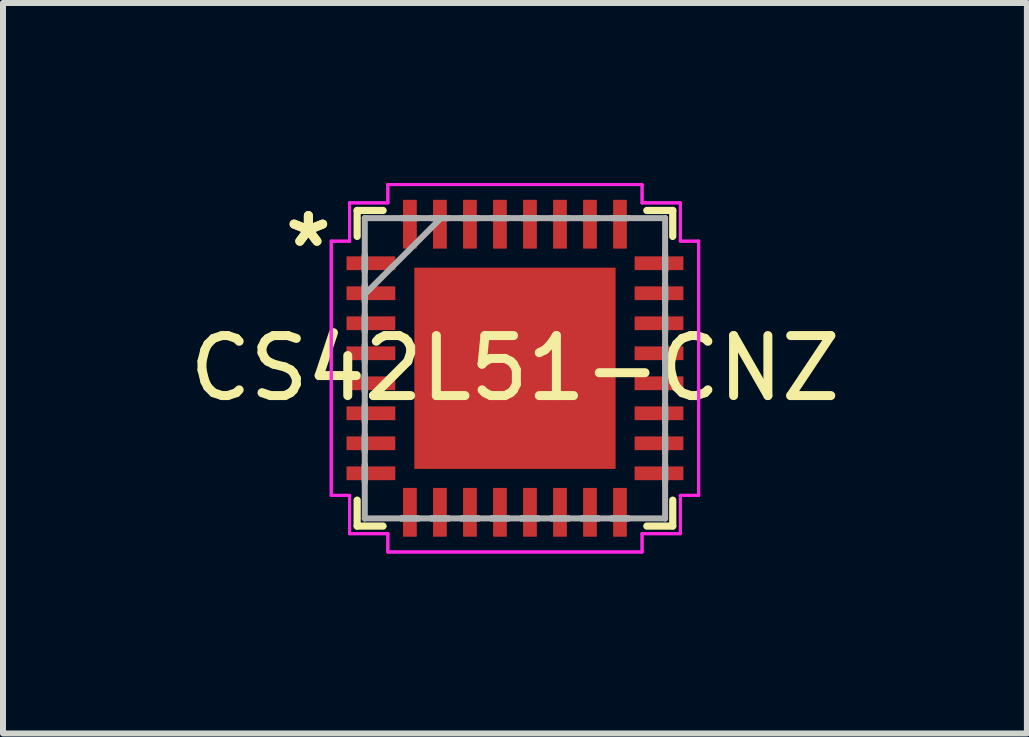
<source format=kicad_pcb>
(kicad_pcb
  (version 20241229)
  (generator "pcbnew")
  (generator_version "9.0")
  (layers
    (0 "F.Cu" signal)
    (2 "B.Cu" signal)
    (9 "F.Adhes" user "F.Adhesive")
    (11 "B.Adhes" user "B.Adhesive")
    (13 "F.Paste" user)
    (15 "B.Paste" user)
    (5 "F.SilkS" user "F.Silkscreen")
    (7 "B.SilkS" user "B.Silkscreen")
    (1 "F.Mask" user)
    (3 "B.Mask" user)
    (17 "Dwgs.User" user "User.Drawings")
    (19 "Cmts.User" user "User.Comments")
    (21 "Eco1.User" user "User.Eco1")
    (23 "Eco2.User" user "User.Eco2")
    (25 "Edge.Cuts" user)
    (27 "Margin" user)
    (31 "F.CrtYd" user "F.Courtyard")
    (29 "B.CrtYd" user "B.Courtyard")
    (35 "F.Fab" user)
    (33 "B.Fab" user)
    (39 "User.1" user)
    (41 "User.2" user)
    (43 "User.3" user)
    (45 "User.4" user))
  (footprint "CS42L51-CNZ"
    (layer "F.Cu")
    (at 5.53 3.086)
    (property "Reference" "CS42L51-CNZ" (at 0 0 0) (layer "F.SilkS") (effects (font (size 1 1) (thickness 0.15))))
    (attr through_hole)
    (fp_line (start -2.629 -2.629) (end -2.629 -2.197) (stroke (width 0.12) (type solid)) (layer "F.SilkS"))
    (fp_line (start -2.629 2.197) (end -2.629 2.629) (stroke (width 0.12) (type solid)) (layer "F.SilkS"))
    (fp_line (start -2.629 2.629) (end -2.197 2.629) (stroke (width 0.12) (type solid)) (layer "F.SilkS"))
    (fp_line (start -2.197 -2.629) (end -2.629 -2.629) (stroke (width 0.12) (type solid)) (layer "F.SilkS"))
    (fp_line (start 2.197 2.629) (end 2.629 2.629) (stroke (width 0.12) (type solid)) (layer "F.SilkS"))
    (fp_line (start 2.629 -2.629) (end 2.197 -2.629) (stroke (width 0.12) (type solid)) (layer "F.SilkS"))
    (fp_line (start 2.629 -2.197) (end 2.629 -2.629) (stroke (width 0.12) (type solid)) (layer "F.SilkS"))
    (fp_line (start 2.629 2.629) (end 2.629 2.197) (stroke (width 0.12) (type solid)) (layer "F.SilkS"))
    (fp_poly (pts (xy -1.576 -1.576) (xy -1.576 -0.1) (xy -0.1 -0.1) (xy -0.1 -1.576)) (stroke (width 0.1) (type solid)) (fill yes) (layer "F.Paste"))
    (fp_poly (pts (xy -1.576 0.1) (xy -1.576 1.576) (xy -0.1 1.576) (xy -0.1 0.1)) (stroke (width 0.1) (type solid)) (fill yes) (layer "F.Paste"))
    (fp_poly (pts (xy 0.1 -1.576) (xy 0.1 -0.1) (xy 1.576 -0.1) (xy 1.576 -1.576)) (stroke (width 0.1) (type solid)) (fill yes) (layer "F.Paste"))
    (fp_poly (pts (xy 0.1 0.1) (xy 0.1 1.576) (xy 1.576 1.576) (xy 1.576 0.1)) (stroke (width 0.1) (type solid)) (fill yes) (layer "F.Paste"))
    (fp_line (start -3.061 -2.118) (end -2.756 -2.118) (stroke (width 0.05) (type solid)) (layer "F.CrtYd"))
    (fp_line (start -3.061 -2.118) (end -2.756 -2.118) (stroke (width 0.05) (type solid)) (layer "F.CrtYd"))
    (fp_line (start -3.061 2.118) (end -3.061 -2.118) (stroke (width 0.05) (type solid)) (layer "F.CrtYd"))
    (fp_line (start -3.061 2.118) (end -3.061 -2.118) (stroke (width 0.05) (type solid)) (layer "F.CrtYd"))
    (fp_line (start -2.756 -2.756) (end -2.118 -2.756) (stroke (width 0.05) (type solid)) (layer "F.CrtYd"))
    (fp_line (start -2.756 -2.756) (end -2.118 -2.756) (stroke (width 0.05) (type solid)) (layer "F.CrtYd"))
    (fp_line (start -2.756 -2.118) (end -2.756 -2.756) (stroke (width 0.05) (type solid)) (layer "F.CrtYd"))
    (fp_line (start -2.756 -2.118) (end -2.756 -2.756) (stroke (width 0.05) (type solid)) (layer "F.CrtYd"))
    (fp_line (start -2.756 2.118) (end -3.061 2.118) (stroke (width 0.05) (type solid)) (layer "F.CrtYd"))
    (fp_line (start -2.756 2.118) (end -3.061 2.118) (stroke (width 0.05) (type solid)) (layer "F.CrtYd"))
    (fp_line (start -2.756 2.756) (end -2.756 2.118) (stroke (width 0.05) (type solid)) (layer "F.CrtYd"))
    (fp_line (start -2.756 2.756) (end -2.756 2.118) (stroke (width 0.05) (type solid)) (layer "F.CrtYd"))
    (fp_line (start -2.118 -3.061) (end 2.118 -3.061) (stroke (width 0.05) (type solid)) (layer "F.CrtYd"))
    (fp_line (start -2.118 -3.061) (end 2.118 -3.061) (stroke (width 0.05) (type solid)) (layer "F.CrtYd"))
    (fp_line (start -2.118 -2.756) (end -2.118 -3.061) (stroke (width 0.05) (type solid)) (layer "F.CrtYd"))
    (fp_line (start -2.118 -2.756) (end -2.118 -3.061) (stroke (width 0.05) (type solid)) (layer "F.CrtYd"))
    (fp_line (start -2.118 2.756) (end -2.756 2.756) (stroke (width 0.05) (type solid)) (layer "F.CrtYd"))
    (fp_line (start -2.118 2.756) (end -2.756 2.756) (stroke (width 0.05) (type solid)) (layer "F.CrtYd"))
    (fp_line (start -2.118 3.061) (end -2.118 2.756) (stroke (width 0.05) (type solid)) (layer "F.CrtYd"))
    (fp_line (start -2.118 3.061) (end -2.118 2.756) (stroke (width 0.05) (type solid)) (layer "F.CrtYd"))
    (fp_line (start 2.118 -3.061) (end 2.118 -2.756) (stroke (width 0.05) (type solid)) (layer "F.CrtYd"))
    (fp_line (start 2.118 -3.061) (end 2.118 -2.756) (stroke (width 0.05) (type solid)) (layer "F.CrtYd"))
    (fp_line (start 2.118 -2.756) (end 2.756 -2.756) (stroke (width 0.05) (type solid)) (layer "F.CrtYd"))
    (fp_line (start 2.118 -2.756) (end 2.756 -2.756) (stroke (width 0.05) (type solid)) (layer "F.CrtYd"))
    (fp_line (start 2.118 2.756) (end 2.118 3.061) (stroke (width 0.05) (type solid)) (layer "F.CrtYd"))
    (fp_line (start 2.118 2.756) (end 2.118 3.061) (stroke (width 0.05) (type solid)) (layer "F.CrtYd"))
    (fp_line (start 2.118 3.061) (end -2.118 3.061) (stroke (width 0.05) (type solid)) (layer "F.CrtYd"))
    (fp_line (start 2.118 3.061) (end -2.118 3.061) (stroke (width 0.05) (type solid)) (layer "F.CrtYd"))
    (fp_line (start 2.756 -2.756) (end 2.756 -2.118) (stroke (width 0.05) (type solid)) (layer "F.CrtYd"))
    (fp_line (start 2.756 -2.756) (end 2.756 -2.118) (stroke (width 0.05) (type solid)) (layer "F.CrtYd"))
    (fp_line (start 2.756 -2.118) (end 3.061 -2.118) (stroke (width 0.05) (type solid)) (layer "F.CrtYd"))
    (fp_line (start 2.756 -2.118) (end 3.061 -2.118) (stroke (width 0.05) (type solid)) (layer "F.CrtYd"))
    (fp_line (start 2.756 2.118) (end 2.756 2.756) (stroke (width 0.05) (type solid)) (layer "F.CrtYd"))
    (fp_line (start 2.756 2.118) (end 2.756 2.756) (stroke (width 0.05) (type solid)) (layer "F.CrtYd"))
    (fp_line (start 2.756 2.756) (end 2.118 2.756) (stroke (width 0.05) (type solid)) (layer "F.CrtYd"))
    (fp_line (start 2.756 2.756) (end 2.118 2.756) (stroke (width 0.05) (type solid)) (layer "F.CrtYd"))
    (fp_line (start 3.061 -2.118) (end 3.061 2.118) (stroke (width 0.05) (type solid)) (layer "F.CrtYd"))
    (fp_line (start 3.061 -2.118) (end 3.061 2.118) (stroke (width 0.05) (type solid)) (layer "F.CrtYd"))
    (fp_line (start 3.061 2.118) (end 2.756 2.118) (stroke (width 0.05) (type solid)) (layer "F.CrtYd"))
    (fp_line (start 3.061 2.118) (end 2.756 2.118) (stroke (width 0.05) (type solid)) (layer "F.CrtYd"))
    (fp_line (start -2.502 -2.502) (end -2.502 -2.502) (stroke (width 0.1) (type solid)) (layer "F.Fab"))
    (fp_line (start -2.502 -2.502) (end -2.502 2.502) (stroke (width 0.1) (type solid)) (layer "F.Fab"))
    (fp_line (start -2.502 -1.89) (end -2.502 -1.89) (stroke (width 0.1) (type solid)) (layer "F.Fab"))
    (fp_line (start -2.502 -1.89) (end -2.502 -1.61) (stroke (width 0.1) (type solid)) (layer "F.Fab"))
    (fp_line (start -2.502 -1.61) (end -2.502 -1.89) (stroke (width 0.1) (type solid)) (layer "F.Fab"))
    (fp_line (start -2.502 -1.61) (end -2.502 -1.61) (stroke (width 0.1) (type solid)) (layer "F.Fab"))
    (fp_line (start -2.502 -1.39) (end -2.502 -1.39) (stroke (width 0.1) (type solid)) (layer "F.Fab"))
    (fp_line (start -2.502 -1.39) (end -2.502 -1.11) (stroke (width 0.1) (type solid)) (layer "F.Fab"))
    (fp_line (start -2.502 -1.232) (end -1.232 -2.502) (stroke (width 0.1) (type solid)) (layer "F.Fab"))
    (fp_line (start -2.502 -1.11) (end -2.502 -1.39) (stroke (width 0.1) (type solid)) (layer "F.Fab"))
    (fp_line (start -2.502 -1.11) (end -2.502 -1.11) (stroke (width 0.1) (type solid)) (layer "F.Fab"))
    (fp_line (start -2.502 -0.89) (end -2.502 -0.89) (stroke (width 0.1) (type solid)) (layer "F.Fab"))
    (fp_line (start -2.502 -0.89) (end -2.502 -0.61) (stroke (width 0.1) (type solid)) (layer "F.Fab"))
    (fp_line (start -2.502 -0.61) (end -2.502 -0.89) (stroke (width 0.1) (type solid)) (layer "F.Fab"))
    (fp_line (start -2.502 -0.61) (end -2.502 -0.61) (stroke (width 0.1) (type solid)) (layer "F.Fab"))
    (fp_line (start -2.502 -0.39) (end -2.502 -0.39) (stroke (width 0.1) (type solid)) (layer "F.Fab"))
    (fp_line (start -2.502 -0.39) (end -2.502 -0.11) (stroke (width 0.1) (type solid)) (layer "F.Fab"))
    (fp_line (start -2.502 -0.11) (end -2.502 -0.39) (stroke (width 0.1) (type solid)) (layer "F.Fab"))
    (fp_line (start -2.502 -0.11) (end -2.502 -0.11) (stroke (width 0.1) (type solid)) (layer "F.Fab"))
    (fp_line (start -2.502 0.11) (end -2.502 0.11) (stroke (width 0.1) (type solid)) (layer "F.Fab"))
    (fp_line (start -2.502 0.11) (end -2.502 0.39) (stroke (width 0.1) (type solid)) (layer "F.Fab"))
    (fp_line (start -2.502 0.39) (end -2.502 0.11) (stroke (width 0.1) (type solid)) (layer "F.Fab"))
    (fp_line (start -2.502 0.39) (end -2.502 0.39) (stroke (width 0.1) (type solid)) (layer "F.Fab"))
    (fp_line (start -2.502 0.61) (end -2.502 0.61) (stroke (width 0.1) (type solid)) (layer "F.Fab"))
    (fp_line (start -2.502 0.61) (end -2.502 0.89) (stroke (width 0.1) (type solid)) (layer "F.Fab"))
    (fp_line (start -2.502 0.89) (end -2.502 0.61) (stroke (width 0.1) (type solid)) (layer "F.Fab"))
    (fp_line (start -2.502 0.89) (end -2.502 0.89) (stroke (width 0.1) (type solid)) (layer "F.Fab"))
    (fp_line (start -2.502 1.11) (end -2.502 1.11) (stroke (width 0.1) (type solid)) (layer "F.Fab"))
    (fp_line (start -2.502 1.11) (end -2.502 1.39) (stroke (width 0.1) (type solid)) (layer "F.Fab"))
    (fp_line (start -2.502 1.39) (end -2.502 1.11) (stroke (width 0.1) (type solid)) (layer "F.Fab"))
    (fp_line (start -2.502 1.39) (end -2.502 1.39) (stroke (width 0.1) (type solid)) (layer "F.Fab"))
    (fp_line (start -2.502 1.61) (end -2.502 1.61) (stroke (width 0.1) (type solid)) (layer "F.Fab"))
    (fp_line (start -2.502 1.61) (end -2.502 1.89) (stroke (width 0.1) (type solid)) (layer "F.Fab"))
    (fp_line (start -2.502 1.89) (end -2.502 1.61) (stroke (width 0.1) (type solid)) (layer "F.Fab"))
    (fp_line (start -2.502 1.89) (end -2.502 1.89) (stroke (width 0.1) (type solid)) (layer "F.Fab"))
    (fp_line (start -2.502 2.502) (end -2.502 2.502) (stroke (width 0.1) (type solid)) (layer "F.Fab"))
    (fp_line (start -2.502 2.502) (end 2.502 2.502) (stroke (width 0.1) (type solid)) (layer "F.Fab"))
    (fp_line (start -1.89 -2.502) (end -1.89 -2.502) (stroke (width 0.1) (type solid)) (layer "F.Fab"))
    (fp_line (start -1.89 -2.502) (end -1.61 -2.502) (stroke (width 0.1) (type solid)) (layer "F.Fab"))
    (fp_line (start -1.89 2.502) (end -1.89 2.502) (stroke (width 0.1) (type solid)) (layer "F.Fab"))
    (fp_line (start -1.89 2.502) (end -1.61 2.502) (stroke (width 0.1) (type solid)) (layer "F.Fab"))
    (fp_line (start -1.61 -2.502) (end -1.89 -2.502) (stroke (width 0.1) (type solid)) (layer "F.Fab"))
    (fp_line (start -1.61 -2.502) (end -1.61 -2.502) (stroke (width 0.1) (type solid)) (layer "F.Fab"))
    (fp_line (start -1.61 2.502) (end -1.89 2.502) (stroke (width 0.1) (type solid)) (layer "F.Fab"))
    (fp_line (start -1.61 2.502) (end -1.61 2.502) (stroke (width 0.1) (type solid)) (layer "F.Fab"))
    (fp_line (start -1.39 -2.502) (end -1.39 -2.502) (stroke (width 0.1) (type solid)) (layer "F.Fab"))
    (fp_line (start -1.39 -2.502) (end -1.11 -2.502) (stroke (width 0.1) (type solid)) (layer "F.Fab"))
    (fp_line (start -1.39 2.502) (end -1.39 2.502) (stroke (width 0.1) (type solid)) (layer "F.Fab"))
    (fp_line (start -1.39 2.502) (end -1.11 2.502) (stroke (width 0.1) (type solid)) (layer "F.Fab"))
    (fp_line (start -1.11 -2.502) (end -1.39 -2.502) (stroke (width 0.1) (type solid)) (layer "F.Fab"))
    (fp_line (start -1.11 -2.502) (end -1.11 -2.502) (stroke (width 0.1) (type solid)) (layer "F.Fab"))
    (fp_line (start -1.11 2.502) (end -1.39 2.502) (stroke (width 0.1) (type solid)) (layer "F.Fab"))
    (fp_line (start -1.11 2.502) (end -1.11 2.502) (stroke (width 0.1) (type solid)) (layer "F.Fab"))
    (fp_line (start -0.89 -2.502) (end -0.89 -2.502) (stroke (width 0.1) (type solid)) (layer "F.Fab"))
    (fp_line (start -0.89 -2.502) (end -0.61 -2.502) (stroke (width 0.1) (type solid)) (layer "F.Fab"))
    (fp_line (start -0.89 2.502) (end -0.89 2.502) (stroke (width 0.1) (type solid)) (layer "F.Fab"))
    (fp_line (start -0.89 2.502) (end -0.61 2.502) (stroke (width 0.1) (type solid)) (layer "F.Fab"))
    (fp_line (start -0.61 -2.502) (end -0.89 -2.502) (stroke (width 0.1) (type solid)) (layer "F.Fab"))
    (fp_line (start -0.61 -2.502) (end -0.61 -2.502) (stroke (width 0.1) (type solid)) (layer "F.Fab"))
    (fp_line (start -0.61 2.502) (end -0.89 2.502) (stroke (width 0.1) (type solid)) (layer "F.Fab"))
    (fp_line (start -0.61 2.502) (end -0.61 2.502) (stroke (width 0.1) (type solid)) (layer "F.Fab"))
    (fp_line (start -0.39 -2.502) (end -0.39 -2.502) (stroke (width 0.1) (type solid)) (layer "F.Fab"))
    (fp_line (start -0.39 -2.502) (end -0.11 -2.502) (stroke (width 0.1) (type solid)) (layer "F.Fab"))
    (fp_line (start -0.39 2.502) (end -0.39 2.502) (stroke (width 0.1) (type solid)) (layer "F.Fab"))
    (fp_line (start -0.39 2.502) (end -0.11 2.502) (stroke (width 0.1) (type solid)) (layer "F.Fab"))
    (fp_line (start -0.11 -2.502) (end -0.39 -2.502) (stroke (width 0.1) (type solid)) (layer "F.Fab"))
    (fp_line (start -0.11 -2.502) (end -0.11 -2.502) (stroke (width 0.1) (type solid)) (layer "F.Fab"))
    (fp_line (start -0.11 2.502) (end -0.39 2.502) (stroke (width 0.1) (type solid)) (layer "F.Fab"))
    (fp_line (start -0.11 2.502) (end -0.11 2.502) (stroke (width 0.1) (type solid)) (layer "F.Fab"))
    (fp_line (start 0.11 -2.502) (end 0.11 -2.502) (stroke (width 0.1) (type solid)) (layer "F.Fab"))
    (fp_line (start 0.11 -2.502) (end 0.39 -2.502) (stroke (width 0.1) (type solid)) (layer "F.Fab"))
    (fp_line (start 0.11 2.502) (end 0.11 2.502) (stroke (width 0.1) (type solid)) (layer "F.Fab"))
    (fp_line (start 0.11 2.502) (end 0.39 2.502) (stroke (width 0.1) (type solid)) (layer "F.Fab"))
    (fp_line (start 0.39 -2.502) (end 0.11 -2.502) (stroke (width 0.1) (type solid)) (layer "F.Fab"))
    (fp_line (start 0.39 -2.502) (end 0.39 -2.502) (stroke (width 0.1) (type solid)) (layer "F.Fab"))
    (fp_line (start 0.39 2.502) (end 0.11 2.502) (stroke (width 0.1) (type solid)) (layer "F.Fab"))
    (fp_line (start 0.39 2.502) (end 0.39 2.502) (stroke (width 0.1) (type solid)) (layer "F.Fab"))
    (fp_line (start 0.61 -2.502) (end 0.61 -2.502) (stroke (width 0.1) (type solid)) (layer "F.Fab"))
    (fp_line (start 0.61 -2.502) (end 0.89 -2.502) (stroke (width 0.1) (type solid)) (layer "F.Fab"))
    (fp_line (start 0.61 2.502) (end 0.61 2.502) (stroke (width 0.1) (type solid)) (layer "F.Fab"))
    (fp_line (start 0.61 2.502) (end 0.89 2.502) (stroke (width 0.1) (type solid)) (layer "F.Fab"))
    (fp_line (start 0.89 -2.502) (end 0.61 -2.502) (stroke (width 0.1) (type solid)) (layer "F.Fab"))
    (fp_line (start 0.89 -2.502) (end 0.89 -2.502) (stroke (width 0.1) (type solid)) (layer "F.Fab"))
    (fp_line (start 0.89 2.502) (end 0.61 2.502) (stroke (width 0.1) (type solid)) (layer "F.Fab"))
    (fp_line (start 0.89 2.502) (end 0.89 2.502) (stroke (width 0.1) (type solid)) (layer "F.Fab"))
    (fp_line (start 1.11 -2.502) (end 1.11 -2.502) (stroke (width 0.1) (type solid)) (layer "F.Fab"))
    (fp_line (start 1.11 -2.502) (end 1.39 -2.502) (stroke (width 0.1) (type solid)) (layer "F.Fab"))
    (fp_line (start 1.11 2.502) (end 1.11 2.502) (stroke (width 0.1) (type solid)) (layer "F.Fab"))
    (fp_line (start 1.11 2.502) (end 1.39 2.502) (stroke (width 0.1) (type solid)) (layer "F.Fab"))
    (fp_line (start 1.39 -2.502) (end 1.11 -2.502) (stroke (width 0.1) (type solid)) (layer "F.Fab"))
    (fp_line (start 1.39 -2.502) (end 1.39 -2.502) (stroke (width 0.1) (type solid)) (layer "F.Fab"))
    (fp_line (start 1.39 2.502) (end 1.11 2.502) (stroke (width 0.1) (type solid)) (layer "F.Fab"))
    (fp_line (start 1.39 2.502) (end 1.39 2.502) (stroke (width 0.1) (type solid)) (layer "F.Fab"))
    (fp_line (start 1.61 -2.502) (end 1.61 -2.502) (stroke (width 0.1) (type solid)) (layer "F.Fab"))
    (fp_line (start 1.61 -2.502) (end 1.89 -2.502) (stroke (width 0.1) (type solid)) (layer "F.Fab"))
    (fp_line (start 1.61 2.502) (end 1.61 2.502) (stroke (width 0.1) (type solid)) (layer "F.Fab"))
    (fp_line (start 1.61 2.502) (end 1.89 2.502) (stroke (width 0.1) (type solid)) (layer "F.Fab"))
    (fp_line (start 1.89 -2.502) (end 1.61 -2.502) (stroke (width 0.1) (type solid)) (layer "F.Fab"))
    (fp_line (start 1.89 -2.502) (end 1.89 -2.502) (stroke (width 0.1) (type solid)) (layer "F.Fab"))
    (fp_line (start 1.89 2.502) (end 1.61 2.502) (stroke (width 0.1) (type solid)) (layer "F.Fab"))
    (fp_line (start 1.89 2.502) (end 1.89 2.502) (stroke (width 0.1) (type solid)) (layer "F.Fab"))
    (fp_line (start 2.502 -2.502) (end -2.502 -2.502) (stroke (width 0.1) (type solid)) (layer "F.Fab"))
    (fp_line (start 2.502 -2.502) (end 2.502 -2.502) (stroke (width 0.1) (type solid)) (layer "F.Fab"))
    (fp_line (start 2.502 -1.89) (end 2.502 -1.89) (stroke (width 0.1) (type solid)) (layer "F.Fab"))
    (fp_line (start 2.502 -1.89) (end 2.502 -1.61) (stroke (width 0.1) (type solid)) (layer "F.Fab"))
    (fp_line (start 2.502 -1.61) (end 2.502 -1.89) (stroke (width 0.1) (type solid)) (layer "F.Fab"))
    (fp_line (start 2.502 -1.61) (end 2.502 -1.61) (stroke (width 0.1) (type solid)) (layer "F.Fab"))
    (fp_line (start 2.502 -1.39) (end 2.502 -1.39) (stroke (width 0.1) (type solid)) (layer "F.Fab"))
    (fp_line (start 2.502 -1.39) (end 2.502 -1.11) (stroke (width 0.1) (type solid)) (layer "F.Fab"))
    (fp_line (start 2.502 -1.11) (end 2.502 -1.39) (stroke (width 0.1) (type solid)) (layer "F.Fab"))
    (fp_line (start 2.502 -1.11) (end 2.502 -1.11) (stroke (width 0.1) (type solid)) (layer "F.Fab"))
    (fp_line (start 2.502 -0.89) (end 2.502 -0.89) (stroke (width 0.1) (type solid)) (layer "F.Fab"))
    (fp_line (start 2.502 -0.89) (end 2.502 -0.61) (stroke (width 0.1) (type solid)) (layer "F.Fab"))
    (fp_line (start 2.502 -0.61) (end 2.502 -0.89) (stroke (width 0.1) (type solid)) (layer "F.Fab"))
    (fp_line (start 2.502 -0.61) (end 2.502 -0.61) (stroke (width 0.1) (type solid)) (layer "F.Fab"))
    (fp_line (start 2.502 -0.39) (end 2.502 -0.39) (stroke (width 0.1) (type solid)) (layer "F.Fab"))
    (fp_line (start 2.502 -0.39) (end 2.502 -0.11) (stroke (width 0.1) (type solid)) (layer "F.Fab"))
    (fp_line (start 2.502 -0.11) (end 2.502 -0.39) (stroke (width 0.1) (type solid)) (layer "F.Fab"))
    (fp_line (start 2.502 -0.11) (end 2.502 -0.11) (stroke (width 0.1) (type solid)) (layer "F.Fab"))
    (fp_line (start 2.502 0.11) (end 2.502 0.11) (stroke (width 0.1) (type solid)) (layer "F.Fab"))
    (fp_line (start 2.502 0.11) (end 2.502 0.39) (stroke (width 0.1) (type solid)) (layer "F.Fab"))
    (fp_line (start 2.502 0.39) (end 2.502 0.11) (stroke (width 0.1) (type solid)) (layer "F.Fab"))
    (fp_line (start 2.502 0.39) (end 2.502 0.39) (stroke (width 0.1) (type solid)) (layer "F.Fab"))
    (fp_line (start 2.502 0.61) (end 2.502 0.61) (stroke (width 0.1) (type solid)) (layer "F.Fab"))
    (fp_line (start 2.502 0.61) (end 2.502 0.89) (stroke (width 0.1) (type solid)) (layer "F.Fab"))
    (fp_line (start 2.502 0.89) (end 2.502 0.61) (stroke (width 0.1) (type solid)) (layer "F.Fab"))
    (fp_line (start 2.502 0.89) (end 2.502 0.89) (stroke (width 0.1) (type solid)) (layer "F.Fab"))
    (fp_line (start 2.502 1.11) (end 2.502 1.11) (stroke (width 0.1) (type solid)) (layer "F.Fab"))
    (fp_line (start 2.502 1.11) (end 2.502 1.39) (stroke (width 0.1) (type solid)) (layer "F.Fab"))
    (fp_line (start 2.502 1.39) (end 2.502 1.11) (stroke (width 0.1) (type solid)) (layer "F.Fab"))
    (fp_line (start 2.502 1.39) (end 2.502 1.39) (stroke (width 0.1) (type solid)) (layer "F.Fab"))
    (fp_line (start 2.502 1.61) (end 2.502 1.61) (stroke (width 0.1) (type solid)) (layer "F.Fab"))
    (fp_line (start 2.502 1.61) (end 2.502 1.89) (stroke (width 0.1) (type solid)) (layer "F.Fab"))
    (fp_line (start 2.502 1.89) (end 2.502 1.61) (stroke (width 0.1) (type solid)) (layer "F.Fab"))
    (fp_line (start 2.502 1.89) (end 2.502 1.89) (stroke (width 0.1) (type solid)) (layer "F.Fab"))
    (fp_line (start 2.502 2.502) (end 2.502 -2.502) (stroke (width 0.1) (type solid)) (layer "F.Fab"))
    (fp_line (start 2.502 2.502) (end 2.502 2.502) (stroke (width 0.1) (type solid)) (layer "F.Fab"))
    (fp_text user "*" (at -3.442 -2 0) (layer "F.SilkS") (effects (font (size 1 1) (thickness 0.15))))
    (fp_text user "*" (at -3.442 -2 0) (layer "F.SilkS") (effects (font (size 1 1) (thickness 0.15))))
    (pad "1" smd rect (at -2.4 -1.75 90) (size 0.229 0.813) (layers "F.Cu" "F.Mask" "F.Paste"))
    (pad "2" smd rect (at -2.4 -1.25 90) (size 0.229 0.813) (layers "F.Cu" "F.Mask" "F.Paste"))
    (pad "3" smd rect (at -2.4 -0.75 90) (size 0.229 0.813) (layers "F.Cu" "F.Mask" "F.Paste"))
    (pad "4" smd rect (at -2.4 -0.25 90) (size 0.229 0.813) (layers "F.Cu" "F.Mask" "F.Paste"))
    (pad "5" smd rect (at -2.4 0.25 90) (size 0.229 0.813) (layers "F.Cu" "F.Mask" "F.Paste"))
    (pad "6" smd rect (at -2.4 0.75 90) (size 0.229 0.813) (layers "F.Cu" "F.Mask" "F.Paste"))
    (pad "7" smd rect (at -2.4 1.25 90) (size 0.229 0.813) (layers "F.Cu" "F.Mask" "F.Paste"))
    (pad "8" smd rect (at -2.4 1.75 90) (size 0.229 0.813) (layers "F.Cu" "F.Mask" "F.Paste"))
    (pad "9" smd rect (at -1.75 2.4) (size 0.229 0.813) (layers "F.Cu" "F.Mask" "F.Paste"))
    (pad "10" smd rect (at -1.25 2.4) (size 0.229 0.813) (layers "F.Cu" "F.Mask" "F.Paste"))
    (pad "11" smd rect (at -0.75 2.4) (size 0.229 0.813) (layers "F.Cu" "F.Mask" "F.Paste"))
    (pad "12" smd rect (at -0.25 2.4) (size 0.229 0.813) (layers "F.Cu" "F.Mask" "F.Paste"))
    (pad "13" smd rect (at 0.25 2.4) (size 0.229 0.813) (layers "F.Cu" "F.Mask" "F.Paste"))
    (pad "14" smd rect (at 0.75 2.4) (size 0.229 0.813) (layers "F.Cu" "F.Mask" "F.Paste"))
    (pad "15" smd rect (at 1.25 2.4) (size 0.229 0.813) (layers "F.Cu" "F.Mask" "F.Paste"))
    (pad "16" smd rect (at 1.75 2.4) (size 0.229 0.813) (layers "F.Cu" "F.Mask" "F.Paste"))
    (pad "17" smd rect (at 2.4 1.75 90) (size 0.229 0.813) (layers "F.Cu" "F.Mask" "F.Paste"))
    (pad "18" smd rect (at 2.4 1.25 90) (size 0.229 0.813) (layers "F.Cu" "F.Mask" "F.Paste"))
    (pad "19" smd rect (at 2.4 0.75 90) (size 0.229 0.813) (layers "F.Cu" "F.Mask" "F.Paste"))
    (pad "20" smd rect (at 2.4 0.25 90) (size 0.229 0.813) (layers "F.Cu" "F.Mask" "F.Paste"))
    (pad "21" smd rect (at 2.4 -0.25 90) (size 0.229 0.813) (layers "F.Cu" "F.Mask" "F.Paste"))
    (pad "22" smd rect (at 2.4 -0.75 90) (size 0.229 0.813) (layers "F.Cu" "F.Mask" "F.Paste"))
    (pad "23" smd rect (at 2.4 -1.25 90) (size 0.229 0.813) (layers "F.Cu" "F.Mask" "F.Paste"))
    (pad "24" smd rect (at 2.4 -1.75 90) (size 0.229 0.813) (layers "F.Cu" "F.Mask" "F.Paste"))
    (pad "25" smd rect (at 1.75 -2.4) (size 0.229 0.813) (layers "F.Cu" "F.Mask" "F.Paste"))
    (pad "26" smd rect (at 1.25 -2.4) (size 0.229 0.813) (layers "F.Cu" "F.Mask" "F.Paste"))
    (pad "27" smd rect (at 0.75 -2.4) (size 0.229 0.813) (layers "F.Cu" "F.Mask" "F.Paste"))
    (pad "28" smd rect (at 0.25 -2.4) (size 0.229 0.813) (layers "F.Cu" "F.Mask" "F.Paste"))
    (pad "29" smd rect (at -0.25 -2.4) (size 0.229 0.813) (layers "F.Cu" "F.Mask" "F.Paste"))
    (pad "30" smd rect (at -0.75 -2.4) (size 0.229 0.813) (layers "F.Cu" "F.Mask" "F.Paste"))
    (pad "31" smd rect (at -1.25 -2.4) (size 0.229 0.813) (layers "F.Cu" "F.Mask" "F.Paste"))
    (pad "32" smd rect (at -1.75 -2.4) (size 0.229 0.813) (layers "F.Cu" "F.Mask" "F.Paste"))
    (pad "33" smd rect (at 0 0) (size 3.353 3.353) (layers "F.Cu" "F.Mask")))
  (gr_rect
    (start -3 -3)
    (end 14.06 9.171)
    (stroke (width 0.1) (type default))
    (fill no)
    (layer "Edge.Cuts")))
</source>
